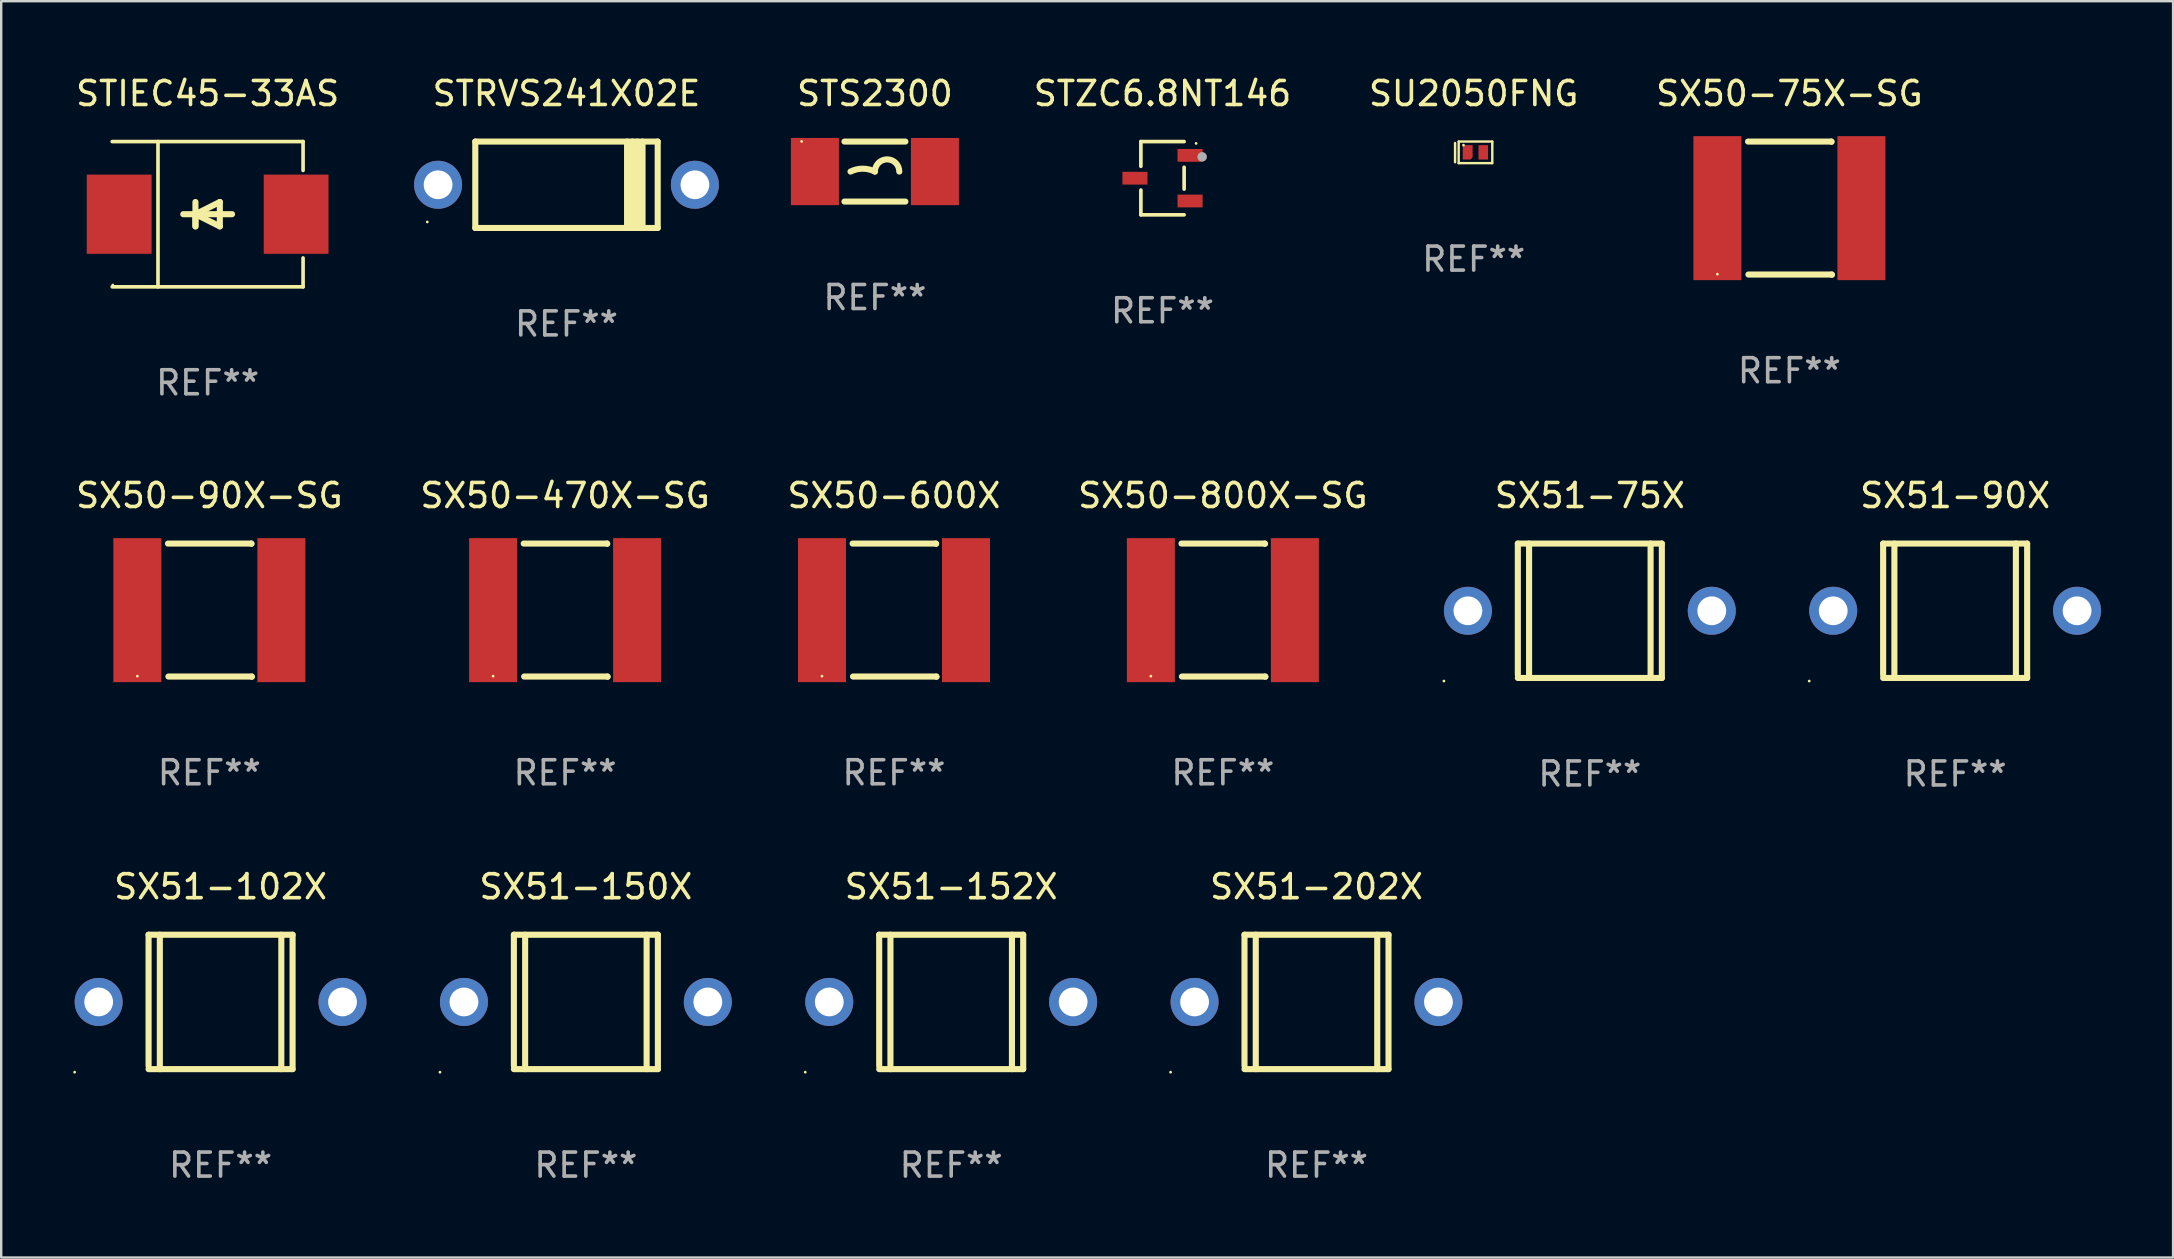
<source format=kicad_pcb>
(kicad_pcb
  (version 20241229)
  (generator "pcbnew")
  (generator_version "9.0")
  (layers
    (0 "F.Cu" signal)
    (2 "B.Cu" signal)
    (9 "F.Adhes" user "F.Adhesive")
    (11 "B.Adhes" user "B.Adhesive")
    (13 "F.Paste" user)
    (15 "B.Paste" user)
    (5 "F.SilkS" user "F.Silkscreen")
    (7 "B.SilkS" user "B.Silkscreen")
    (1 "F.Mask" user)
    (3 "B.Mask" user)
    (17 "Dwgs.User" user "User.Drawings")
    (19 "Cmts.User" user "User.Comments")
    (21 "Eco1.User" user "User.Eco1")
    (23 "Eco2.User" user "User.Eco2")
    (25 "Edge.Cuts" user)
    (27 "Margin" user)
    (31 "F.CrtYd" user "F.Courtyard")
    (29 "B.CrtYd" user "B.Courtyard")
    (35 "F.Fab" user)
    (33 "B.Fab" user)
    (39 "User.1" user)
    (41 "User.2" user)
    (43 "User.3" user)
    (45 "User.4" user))
  (footprint "SX51-152X"
    (layer "F.Cu")
    (at 36.58 38.694)
    (property "Reference" "SX51-152X" (at 0 -4.8 0) (layer "F.SilkS") (effects (font (size 1 1) (thickness 0.15))))
    (attr through_hole)
    (fp_line (start -3 -2.8) (end -3 2.667) (stroke (width 0.254) (type solid)) (layer "F.SilkS"))
    (fp_line (start -3 -2.8) (end 3 -2.8) (stroke (width 0.254) (type solid)) (layer "F.SilkS"))
    (fp_line (start -3 2.8) (end 3 2.8) (stroke (width 0.254) (type solid)) (layer "F.SilkS"))
    (fp_line (start -2.531 -2.8) (end -2.531 2.8) (stroke (width 0.254) (type solid)) (layer "F.SilkS"))
    (fp_line (start 2.531 -2.8) (end 2.531 2.8) (stroke (width 0.254) (type solid)) (layer "F.SilkS"))
    (fp_line (start 3 -2.8) (end 3 2.8) (stroke (width 0.254) (type solid)) (layer "F.SilkS"))
    (fp_circle (center -6.08 2.927) (end -6.05 2.927) (stroke (width 0.06) (type solid)) (fill no) (layer "F.SilkS"))
    (fp_text user "REF**" (at 0 6.8 0) (layer "F.Fab") (effects (font (size 1 1) (thickness 0.15))))
    (pad "1" thru_hole circle (at -5.08 0) (size 2 2) (drill 1.2) (layers "*.Cu" "*.Mask"))
    (pad "2" thru_hole circle (at 5.08 0) (size 2 2) (drill 1.2) (layers "*.Cu" "*.Mask")))
  (footprint "STIEC45-33AS"
    (layer "F.Cu")
    (at 5.601 5.874)
    (property "Reference" "STIEC45-33AS" (at 0 -5.026 0) (layer "F.SilkS") (effects (font (size 1 1) (thickness 0.15))))
    (attr through_hole)
    (fp_line (start -3.976 -3.026) (end 3.976 -3.026) (stroke (width 0.152) (type solid)) (layer "F.SilkS"))
    (fp_line (start -3.976 3.026) (end 3.976 3.026) (stroke (width 0.152) (type solid)) (layer "F.SilkS"))
    (fp_line (start -2.069 -3.026) (end -2.069 3.026) (stroke (width 0.152) (type solid)) (layer "F.SilkS"))
    (fp_line (start -0.508 0) (end -0.508 0.508) (stroke (width 0.254) (type solid)) (layer "F.SilkS"))
    (fp_line (start -0.508 0) (end 0.508 0.508) (stroke (width 0.254) (type solid)) (layer "F.SilkS"))
    (fp_line (start -0.508 0.508) (end -0.508 -0.508) (stroke (width 0.254) (type solid)) (layer "F.SilkS"))
    (fp_line (start 0.508 -0.508) (end -0.508 0) (stroke (width 0.254) (type solid)) (layer "F.SilkS"))
    (fp_line (start 0.508 0.508) (end 0.508 -0.508) (stroke (width 0.254) (type solid)) (layer "F.SilkS"))
    (fp_line (start 1.016 0) (end -1.016 0) (stroke (width 0.254) (type solid)) (layer "F.SilkS"))
    (fp_line (start 3.976 -3.026) (end 3.976 -1.823) (stroke (width 0.152) (type solid)) (layer "F.SilkS"))
    (fp_line (start 3.976 3.026) (end 3.976 1.823) (stroke (width 0.152) (type solid)) (layer "F.SilkS"))
    (fp_circle (center -3.95 2.95) (end -3.92 2.95) (stroke (width 0.06) (type solid)) (fill no) (layer "F.SilkS"))
    (fp_text user "REF**" (at 0 7.026 0) (layer "F.Fab") (effects (font (size 1 1) (thickness 0.15))))
    (pad "1" smd rect (at -3.686 0) (size 2.7 3.3) (layers "F.Cu" "F.Mask" "F.Paste"))
    (pad "2" smd rect (at 3.686 0) (size 2.7 3.3) (layers "F.Cu" "F.Mask" "F.Paste")))
  (footprint "SX50-800X-SG"
    (layer "F.Cu")
    (at 47.899 22.372)
    (property "Reference" "SX50-800X-SG" (at 0 -4.775 0) (layer "F.SilkS") (effects (font (size 1 1) (thickness 0.15))))
    (attr through_hole)
    (fp_line (start -1.724 -2.775) (end 1.747 -2.775) (stroke (width 0.254) (type solid)) (layer "F.SilkS"))
    (fp_line (start -1.707 2.765) (end 1.764 2.765) (stroke (width 0.254) (type solid)) (layer "F.SilkS"))
    (fp_line (start 1.747 -2.775) (end 1.757 -2.765) (stroke (width 0.254) (type solid)) (layer "F.SilkS"))
    (fp_line (start 1.764 2.765) (end 1.773 2.775) (stroke (width 0.254) (type solid)) (layer "F.SilkS"))
    (fp_circle (center -3 2.749) (end -2.97 2.749) (stroke (width 0.06) (type solid)) (fill no) (layer "F.SilkS"))
    (fp_text user "REF**" (at 0 6.775 0) (layer "F.Fab") (effects (font (size 1 1) (thickness 0.15))))
    (pad "1" smd rect (at -3 -0.001) (size 2 6) (layers "F.Cu" "F.Mask" "F.Paste"))
    (pad "2" smd rect (at 3 -0.001) (size 2 6) (layers "F.Cu" "F.Mask" "F.Paste")))
  (footprint "SX51-150X"
    (layer "F.Cu")
    (at 21.36 38.694)
    (property "Reference" "SX51-150X" (at 0 -4.8 0) (layer "F.SilkS") (effects (font (size 1 1) (thickness 0.15))))
    (attr through_hole)
    (fp_line (start -3 -2.8) (end -3 2.667) (stroke (width 0.254) (type solid)) (layer "F.SilkS"))
    (fp_line (start -3 -2.8) (end 3 -2.8) (stroke (width 0.254) (type solid)) (layer "F.SilkS"))
    (fp_line (start -3 2.8) (end 3 2.8) (stroke (width 0.254) (type solid)) (layer "F.SilkS"))
    (fp_line (start -2.531 -2.8) (end -2.531 2.8) (stroke (width 0.254) (type solid)) (layer "F.SilkS"))
    (fp_line (start 2.531 -2.8) (end 2.531 2.8) (stroke (width 0.254) (type solid)) (layer "F.SilkS"))
    (fp_line (start 3 -2.8) (end 3 2.8) (stroke (width 0.254) (type solid)) (layer "F.SilkS"))
    (fp_circle (center -6.08 2.927) (end -6.05 2.927) (stroke (width 0.06) (type solid)) (fill no) (layer "F.SilkS"))
    (fp_text user "REF**" (at 0 6.8 0) (layer "F.Fab") (effects (font (size 1 1) (thickness 0.15))))
    (pad "1" thru_hole circle (at -5.08 0) (size 2 2) (drill 1.2) (layers "*.Cu" "*.Mask"))
    (pad "2" thru_hole circle (at 5.08 0) (size 2 2) (drill 1.2) (layers "*.Cu" "*.Mask")))
  (footprint "SX50-600X"
    (layer "F.Cu")
    (at 34.196 22.372)
    (property "Reference" "SX50-600X" (at 0 -4.775 0) (layer "F.SilkS") (effects (font (size 1 1) (thickness 0.15))))
    (attr through_hole)
    (fp_line (start -1.724 -2.775) (end 1.747 -2.775) (stroke (width 0.254) (type solid)) (layer "F.SilkS"))
    (fp_line (start -1.707 2.765) (end 1.764 2.765) (stroke (width 0.254) (type solid)) (layer "F.SilkS"))
    (fp_line (start 1.747 -2.775) (end 1.757 -2.765) (stroke (width 0.254) (type solid)) (layer "F.SilkS"))
    (fp_line (start 1.764 2.765) (end 1.773 2.775) (stroke (width 0.254) (type solid)) (layer "F.SilkS"))
    (fp_circle (center -3 2.749) (end -2.97 2.749) (stroke (width 0.06) (type solid)) (fill no) (layer "F.SilkS"))
    (fp_text user "REF**" (at 0 6.775 0) (layer "F.Fab") (effects (font (size 1 1) (thickness 0.15))))
    (pad "1" smd rect (at -3 -0.001) (size 2 6) (layers "F.Cu" "F.Mask" "F.Paste"))
    (pad "2" smd rect (at 3 -0.001) (size 2 6) (layers "F.Cu" "F.Mask" "F.Paste")))
  (footprint "SX51-202X"
    (layer "F.Cu")
    (at 51.8 38.694)
    (property "Reference" "SX51-202X" (at 0 -4.8 0) (layer "F.SilkS") (effects (font (size 1 1) (thickness 0.15))))
    (attr through_hole)
    (fp_line (start -3 -2.8) (end -3 2.667) (stroke (width 0.254) (type solid)) (layer "F.SilkS"))
    (fp_line (start -3 -2.8) (end 3 -2.8) (stroke (width 0.254) (type solid)) (layer "F.SilkS"))
    (fp_line (start -3 2.8) (end 3 2.8) (stroke (width 0.254) (type solid)) (layer "F.SilkS"))
    (fp_line (start -2.531 -2.8) (end -2.531 2.8) (stroke (width 0.254) (type solid)) (layer "F.SilkS"))
    (fp_line (start 2.531 -2.8) (end 2.531 2.8) (stroke (width 0.254) (type solid)) (layer "F.SilkS"))
    (fp_line (start 3 -2.8) (end 3 2.8) (stroke (width 0.254) (type solid)) (layer "F.SilkS"))
    (fp_circle (center -6.08 2.927) (end -6.05 2.927) (stroke (width 0.06) (type solid)) (fill no) (layer "F.SilkS"))
    (fp_text user "REF**" (at 0 6.8 0) (layer "F.Fab") (effects (font (size 1 1) (thickness 0.15))))
    (pad "1" thru_hole circle (at -5.08 0) (size 2 2) (drill 1.2) (layers "*.Cu" "*.Mask"))
    (pad "2" thru_hole circle (at 5.08 0) (size 2 2) (drill 1.2) (layers "*.Cu" "*.Mask")))
  (footprint "STS2300"
    (layer "F.Cu")
    (at 33.402 4.098)
    (property "Reference" "STS2300" (at 0 -3.25 0) (layer "F.SilkS") (effects (font (size 1 1) (thickness 0.15))))
    (attr through_hole)
    (fp_line (start -1.269 -1.25) (end 1.269 -1.25) (stroke (width 0.254) (type solid)) (layer "F.SilkS"))
    (fp_line (start -1.269 1.25) (end 1.269 1.25) (stroke (width 0.254) (type solid)) (layer "F.SilkS"))
    (fp_arc (start -1.016002 0) (mid -0.508001 -0.119923) (end 0 0) (stroke (width 0.254001) (type solid)) (layer "F.SilkS"))
    (fp_arc (start 0 0) (mid 0.508001 -0.508001) (end 1.016002 0) (stroke (width 0.254001) (type solid)) (layer "F.SilkS"))
    (fp_circle (center -3.053 -1.256) (end -3.023 -1.256) (stroke (width 0.06) (type solid)) (fill no) (layer "F.SilkS"))
    (fp_text user "REF**" (at 0 5.25 0) (layer "F.Fab") (effects (font (size 1 1) (thickness 0.15))))
    (pad "1" smd rect (at -2.5 0) (size 2 2.8) (layers "F.Cu" "F.Mask" "F.Paste"))
    (pad "2" smd rect (at 2.5 0) (size 2 2.8) (layers "F.Cu" "F.Mask" "F.Paste")))
  (footprint "SX50-90X-SG"
    (layer "F.Cu")
    (at 5.673 22.372)
    (property "Reference" "SX50-90X-SG" (at 0 -4.775 0) (layer "F.SilkS") (effects (font (size 1 1) (thickness 0.15))))
    (attr through_hole)
    (fp_line (start -1.724 -2.775) (end 1.747 -2.775) (stroke (width 0.254) (type solid)) (layer "F.SilkS"))
    (fp_line (start -1.707 2.765) (end 1.764 2.765) (stroke (width 0.254) (type solid)) (layer "F.SilkS"))
    (fp_line (start 1.747 -2.775) (end 1.757 -2.765) (stroke (width 0.254) (type solid)) (layer "F.SilkS"))
    (fp_line (start 1.764 2.765) (end 1.773 2.775) (stroke (width 0.254) (type solid)) (layer "F.SilkS"))
    (fp_circle (center -3 2.749) (end -2.97 2.749) (stroke (width 0.06) (type solid)) (fill no) (layer "F.SilkS"))
    (fp_text user "REF**" (at 0 6.775 0) (layer "F.Fab") (effects (font (size 1 1) (thickness 0.15))))
    (pad "1" smd rect (at -3 -0.001) (size 2 6) (layers "F.Cu" "F.Mask" "F.Paste"))
    (pad "2" smd rect (at 3 -0.001) (size 2 6) (layers "F.Cu" "F.Mask" "F.Paste")))
  (footprint "SX50-75X-SG"
    (layer "F.Cu")
    (at 71.503 5.623)
    (property "Reference" "SX50-75X-SG" (at 0 -4.775 0) (layer "F.SilkS") (effects (font (size 1 1) (thickness 0.15))))
    (attr through_hole)
    (fp_line (start -1.724 -2.775) (end 1.747 -2.775) (stroke (width 0.254) (type solid)) (layer "F.SilkS"))
    (fp_line (start -1.707 2.765) (end 1.764 2.765) (stroke (width 0.254) (type solid)) (layer "F.SilkS"))
    (fp_line (start 1.747 -2.775) (end 1.757 -2.765) (stroke (width 0.254) (type solid)) (layer "F.SilkS"))
    (fp_line (start 1.764 2.765) (end 1.773 2.775) (stroke (width 0.254) (type solid)) (layer "F.SilkS"))
    (fp_circle (center -3 2.749) (end -2.97 2.749) (stroke (width 0.06) (type solid)) (fill no) (layer "F.SilkS"))
    (fp_text user "REF**" (at 0 6.775 0) (layer "F.Fab") (effects (font (size 1 1) (thickness 0.15))))
    (pad "1" smd rect (at -3 -0.001) (size 2 6) (layers "F.Cu" "F.Mask" "F.Paste"))
    (pad "2" smd rect (at 3 -0.001) (size 2 6) (layers "F.Cu" "F.Mask" "F.Paste")))
  (footprint "STRVS241X02E"
    (layer "F.Cu")
    (at 20.552 4.648)
    (property "Reference" "STRVS241X02E" (at 0 -3.8 0) (layer "F.SilkS") (effects (font (size 1 1) (thickness 0.15))))
    (attr through_hole)
    (fp_line (start -3.8 1.8) (end -3.8 -1.8) (stroke (width 0.254) (type solid)) (layer "F.SilkS"))
    (fp_line (start 2.524 1.8) (end 2.524 -1.8) (stroke (width 0.254) (type solid)) (layer "F.SilkS"))
    (fp_line (start 2.75 1.8) (end 2.75 -1.8) (stroke (width 0.254) (type solid)) (layer "F.SilkS"))
    (fp_line (start 2.95 -1.8) (end 2.95 1.8) (stroke (width 0.254) (type solid)) (layer "F.SilkS"))
    (fp_line (start 3.168 -1.8) (end 3.168 1.8) (stroke (width 0.254) (type solid)) (layer "F.SilkS"))
    (fp_line (start 3.8 1.8) (end -3.8 1.8) (stroke (width 0.254) (type solid)) (layer "F.SilkS"))
    (fp_line (start 3.8 1.8) (end 3.8 -1.8) (stroke (width 0.254) (type solid)) (layer "F.SilkS"))
    (fp_line (start 3.8 -1.8) (end -3.8 -1.8) (stroke (width 0.254) (type solid)) (layer "F.SilkS"))
    (fp_circle (center -5.8 1.55) (end -5.77 1.55) (stroke (width 0.06) (type solid)) (fill no) (layer "F.SilkS"))
    (fp_text user "REF**" (at 0 5.8 0) (layer "F.Fab") (effects (font (size 1 1) (thickness 0.15))))
    (pad "1" thru_hole circle (at -5.35 0) (size 2 2) (drill 1.2) (layers "*.Cu" "*.Mask"))
    (pad "2" thru_hole circle (at 5.35 0) (size 2 2) (drill 1.2) (layers "*.Cu" "*.Mask")))
  (footprint "SX51-75X"
    (layer "F.Cu")
    (at 63.188 22.397)
    (property "Reference" "SX51-75X" (at 0 -4.8 0) (layer "F.SilkS") (effects (font (size 1 1) (thickness 0.15))))
    (attr through_hole)
    (fp_line (start -3 -2.8) (end -3 2.667) (stroke (width 0.254) (type solid)) (layer "F.SilkS"))
    (fp_line (start -3 -2.8) (end 3 -2.8) (stroke (width 0.254) (type solid)) (layer "F.SilkS"))
    (fp_line (start -3 2.8) (end 3 2.8) (stroke (width 0.254) (type solid)) (layer "F.SilkS"))
    (fp_line (start -2.531 -2.8) (end -2.531 2.8) (stroke (width 0.254) (type solid)) (layer "F.SilkS"))
    (fp_line (start 2.531 -2.8) (end 2.531 2.8) (stroke (width 0.254) (type solid)) (layer "F.SilkS"))
    (fp_line (start 3 -2.8) (end 3 2.8) (stroke (width 0.254) (type solid)) (layer "F.SilkS"))
    (fp_circle (center -6.08 2.927) (end -6.05 2.927) (stroke (width 0.06) (type solid)) (fill no) (layer "F.SilkS"))
    (fp_text user "REF**" (at 0 6.8 0) (layer "F.Fab") (effects (font (size 1 1) (thickness 0.15))))
    (pad "1" thru_hole circle (at -5.08 0) (size 2 2) (drill 1.2) (layers "*.Cu" "*.Mask"))
    (pad "2" thru_hole circle (at 5.08 0) (size 2 2) (drill 1.2) (layers "*.Cu" "*.Mask")))
  (footprint "SX51-102X"
    (layer "F.Cu")
    (at 6.14 38.694)
    (property "Reference" "SX51-102X" (at 0 -4.8 0) (layer "F.SilkS") (effects (font (size 1 1) (thickness 0.15))))
    (attr through_hole)
    (fp_line (start -3 -2.8) (end -3 2.667) (stroke (width 0.254) (type solid)) (layer "F.SilkS"))
    (fp_line (start -3 -2.8) (end 3 -2.8) (stroke (width 0.254) (type solid)) (layer "F.SilkS"))
    (fp_line (start -3 2.8) (end 3 2.8) (stroke (width 0.254) (type solid)) (layer "F.SilkS"))
    (fp_line (start -2.531 -2.8) (end -2.531 2.8) (stroke (width 0.254) (type solid)) (layer "F.SilkS"))
    (fp_line (start 2.531 -2.8) (end 2.531 2.8) (stroke (width 0.254) (type solid)) (layer "F.SilkS"))
    (fp_line (start 3 -2.8) (end 3 2.8) (stroke (width 0.254) (type solid)) (layer "F.SilkS"))
    (fp_circle (center -6.08 2.927) (end -6.05 2.927) (stroke (width 0.06) (type solid)) (fill no) (layer "F.SilkS"))
    (fp_text user "REF**" (at 0 6.8 0) (layer "F.Fab") (effects (font (size 1 1) (thickness 0.15))))
    (pad "1" thru_hole circle (at -5.08 0) (size 2 2) (drill 1.2) (layers "*.Cu" "*.Mask"))
    (pad "2" thru_hole circle (at 5.08 0) (size 2 2) (drill 1.2) (layers "*.Cu" "*.Mask")))
  (footprint "SX51-90X"
    (layer "F.Cu")
    (at 78.408 22.397)
    (property "Reference" "SX51-90X" (at 0 -4.8 0) (layer "F.SilkS") (effects (font (size 1 1) (thickness 0.15))))
    (attr through_hole)
    (fp_line (start -3 -2.8) (end -3 2.667) (stroke (width 0.254) (type solid)) (layer "F.SilkS"))
    (fp_line (start -3 -2.8) (end 3 -2.8) (stroke (width 0.254) (type solid)) (layer "F.SilkS"))
    (fp_line (start -3 2.8) (end 3 2.8) (stroke (width 0.254) (type solid)) (layer "F.SilkS"))
    (fp_line (start -2.531 -2.8) (end -2.531 2.8) (stroke (width 0.254) (type solid)) (layer "F.SilkS"))
    (fp_line (start 2.531 -2.8) (end 2.531 2.8) (stroke (width 0.254) (type solid)) (layer "F.SilkS"))
    (fp_line (start 3 -2.8) (end 3 2.8) (stroke (width 0.254) (type solid)) (layer "F.SilkS"))
    (fp_circle (center -6.08 2.927) (end -6.05 2.927) (stroke (width 0.06) (type solid)) (fill no) (layer "F.SilkS"))
    (fp_text user "REF**" (at 0 6.8 0) (layer "F.Fab") (effects (font (size 1 1) (thickness 0.15))))
    (pad "1" thru_hole circle (at -5.08 0) (size 2 2) (drill 1.2) (layers "*.Cu" "*.Mask"))
    (pad "2" thru_hole circle (at 5.08 0) (size 2 2) (drill 1.2) (layers "*.Cu" "*.Mask")))
  (footprint "SX50-470X-SG"
    (layer "F.Cu")
    (at 20.494 22.372)
    (property "Reference" "SX50-470X-SG" (at 0 -4.775 0) (layer "F.SilkS") (effects (font (size 1 1) (thickness 0.15))))
    (attr through_hole)
    (fp_line (start -1.724 -2.775) (end 1.747 -2.775) (stroke (width 0.254) (type solid)) (layer "F.SilkS"))
    (fp_line (start -1.707 2.765) (end 1.764 2.765) (stroke (width 0.254) (type solid)) (layer "F.SilkS"))
    (fp_line (start 1.747 -2.775) (end 1.757 -2.765) (stroke (width 0.254) (type solid)) (layer "F.SilkS"))
    (fp_line (start 1.764 2.765) (end 1.773 2.775) (stroke (width 0.254) (type solid)) (layer "F.SilkS"))
    (fp_circle (center -3 2.749) (end -2.97 2.749) (stroke (width 0.06) (type solid)) (fill no) (layer "F.SilkS"))
    (fp_text user "REF**" (at 0 6.775 0) (layer "F.Fab") (effects (font (size 1 1) (thickness 0.15))))
    (pad "1" smd rect (at -3 -0.001) (size 2 6) (layers "F.Cu" "F.Mask" "F.Paste"))
    (pad "2" smd rect (at 3 -0.001) (size 2 6) (layers "F.Cu" "F.Mask" "F.Paste")))
  (footprint "SU2050FNG"
    (layer "F.Cu")
    (at 58.349 3.298)
    (property "Reference" "SU2050FNG" (at 0 -2.45 0) (layer "F.SilkS") (effects (font (size 1 1) (thickness 0.15))))
    (attr through_hole)
    (fp_line (start -0.775 -0.39) (end -0.775 0.41) (stroke (width 0.102) (type solid)) (layer "F.SilkS"))
    (fp_line (start -0.625 -0.45) (end -0.625 0.45) (stroke (width 0.1) (type solid)) (layer "F.SilkS"))
    (fp_line (start -0.625 -0.45) (end 0.775 -0.45) (stroke (width 0.1) (type solid)) (layer "F.SilkS"))
    (fp_line (start -0.625 0.45) (end 0.765 0.45) (stroke (width 0.1) (type solid)) (layer "F.SilkS"))
    (fp_line (start 0.775 -0.45) (end 0.775 0.45) (stroke (width 0.1) (type solid)) (layer "F.SilkS"))
    (fp_circle (center -0.425 -0.3) (end -0.395 -0.3) (stroke (width 0.06) (type solid)) (fill no) (layer "F.SilkS"))
    (fp_text user "REF**" (at 0 4.45 0) (layer "F.Fab") (effects (font (size 1 1) (thickness 0.15))))
    (pad "1" smd custom (at -0.25 0) (size 0.41 0.6) (layers "F.Cu" "F.Mask" "F.Paste") (options (anchor circle)) (primitives (gr_poly (pts (xy -0.205 -0.3) (xy -0.205 0.3) (xy 0.125 0.3) (xy 0.205 0.2) (xy 0.205 -0.3) (xy -0.205 -0.3)) (width 0) (fill yes))))
    (pad "2" smd rect (at 0.4 0 90) (size 0.6 0.4) (layers "F.Cu" "F.Mask" "F.Paste")))
  (footprint "STZC6.8NT146"
    (layer "F.Cu")
    (at 45.384 4.374)
    (property "Reference" "STZC6.8NT146" (at 0 -3.526 0) (layer "F.SilkS") (effects (font (size 1 1) (thickness 0.15))))
    (attr through_hole)
    (fp_line (start -0.901 -1.526) (end -0.901 -0.495) (stroke (width 0.152) (type solid)) (layer "F.SilkS"))
    (fp_line (start -0.901 1.526) (end -0.901 0.495) (stroke (width 0.152) (type solid)) (layer "F.SilkS"))
    (fp_line (start 0.901 -1.526) (end -0.901 -1.526) (stroke (width 0.152) (type solid)) (layer "F.SilkS"))
    (fp_line (start 0.901 -0.455) (end 0.901 0.455) (stroke (width 0.152) (type solid)) (layer "F.SilkS"))
    (fp_line (start 0.901 1.526) (end -0.901 1.526) (stroke (width 0.152) (type solid)) (layer "F.SilkS"))
    (fp_circle (center 1.4 -1.45) (end 1.43 -1.45) (stroke (width 0.06) (type solid)) (fill no) (layer "F.SilkS"))
    (fp_circle (center 1.651 -0.889) (end 1.751 -0.889) (stroke (width 0.2) (type solid)) (fill no) (layer "F.Fab"))
    (fp_text user "REF**" (at 0 5.526 0) (layer "F.Fab") (effects (font (size 1 1) (thickness 0.15))))
    (pad "1" smd rect (at 1.148 -0.95) (size 1.045 0.532) (layers "F.Cu" "F.Mask" "F.Paste"))
    (pad "2" smd rect (at 1.148 0.95) (size 1.045 0.532) (layers "F.Cu" "F.Mask" "F.Paste"))
    (pad "3" smd rect (at -1.148 0) (size 1.045 0.532) (layers "F.Cu" "F.Mask" "F.Paste")))
  (gr_rect
    (start -3 -3)
    (end 87.488 49.342)
    (stroke (width 0.1) (type default))
    (fill no)
    (layer "Edge.Cuts")))
</source>
